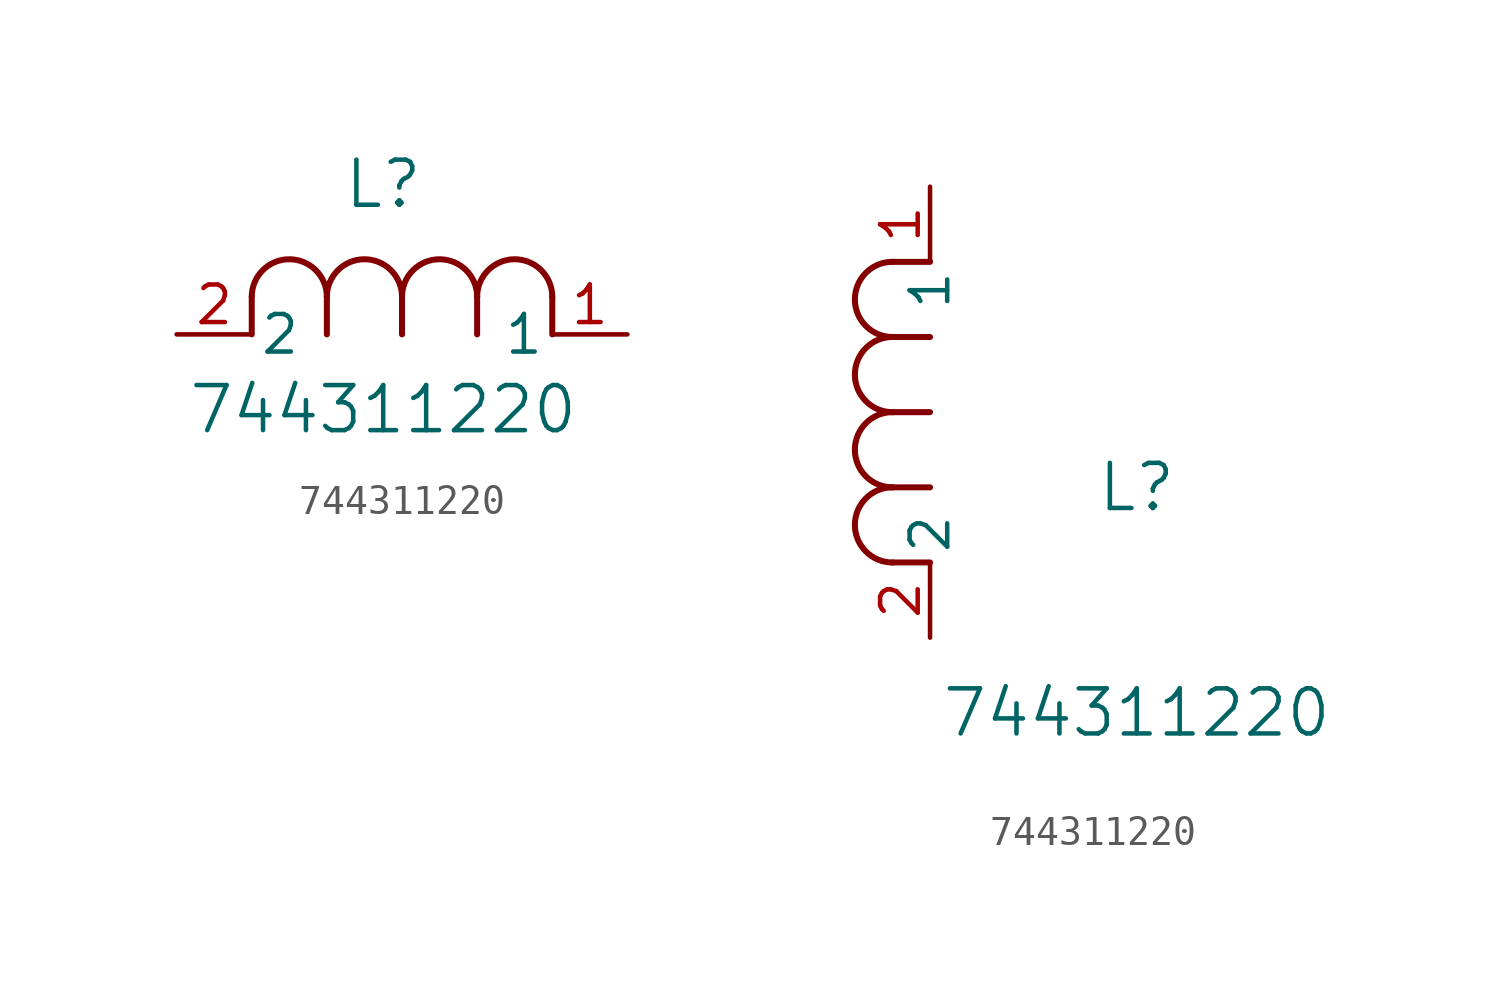
<source format=kicad_sym>
(kicad_symbol_lib
  (version 20211014)
  (generator kicad_symbol_editor)
  (symbol "744311220"
    (pin_names
      (offset 0.254))
    (property "Reference" "L"
      (at 6.985 5.08 0)
      (effects (font (size 1.524 1.524))))
    (property "Value" "744311220"
      (at 6.985 -2.54 0)
      (effects (font (size 1.524 1.524))))
    (symbol "744311220_1_1"
      (arc (start 7.62 1.27) (mid 6.35 2.54) (end 5.08 1.27) (stroke (width 0.2032) (type default) (color 0 0 0 0)) (fill (type none)))
      (polyline (pts (xy 5.08 0) (xy 5.08 1.27)) (stroke (width 0.203) (type default) (color 0 0 0 0)) (fill (type none)))
      (polyline (pts (xy 7.62 0) (xy 7.62 1.27)) (stroke (width 0.203) (type default) (color 0 0 0 0)) (fill (type none)))
      (polyline (pts (xy 12.7 0) (xy 12.7 1.27)) (stroke (width 0.203) (type default) (color 0 0 0 0)) (fill (type none)))
      (arc (start 5.08 1.27) (mid 3.81 2.54) (end 2.54 1.27) (stroke (width 0.2032) (type default) (color 0 0 0 0)) (fill (type none)))
      (arc (start 10.16 1.27) (mid 8.89 2.54) (end 7.62 1.27) (stroke (width 0.2032) (type default) (color 0 0 0 0)) (fill (type none)))
      (arc (start 12.7 1.27) (mid 11.43 2.54) (end 10.16 1.27) (stroke (width 0.2032) (type default) (color 0 0 0 0)) (fill (type none)))
      (polyline (pts (xy 2.54 0) (xy 2.54 1.27)) (stroke (width 0.203) (type default) (color 0 0 0 0)) (fill (type none)))
      (polyline (pts (xy 10.16 0) (xy 10.16 1.27)) (stroke (width 0.203) (type default) (color 0 0 0 0)) (fill (type none)))
      (pin unspecified line (at 0 0 0) (length 2.54) (name "2" (effects (font (size 1.27 1.27)))) (number "2" (effects (font (size 1.27 1.27)))))
      (pin unspecified line (at 15.24 0 180) (length 2.54) (name "1" (effects (font (size 1.27 1.27)))) (number "1" (effects (font (size 1.27 1.27))))))
    (symbol "744311220_1_2"
      (arc (start -1.27 7.62) (mid -2.54 6.35) (end -1.27 5.08) (stroke (width 0.2032) (type default) (color 0 0 0 0)) (fill (type none)))
      (arc (start -1.27 5.08) (mid -2.54 3.81) (end -1.27 2.54) (stroke (width 0.2032) (type default) (color 0 0 0 0)) (fill (type none)))
      (arc (start -1.27 12.7) (mid -2.54 11.43) (end -1.27 10.16) (stroke (width 0.2032) (type default) (color 0 0 0 0)) (fill (type none)))
      (arc (start -1.27 10.16) (mid -2.54 8.89) (end -1.27 7.62) (stroke (width 0.2032) (type default) (color 0 0 0 0)) (fill (type none)))
      (polyline (pts (xy 0 7.62) (xy -1.27 7.62)) (stroke (width 0.203) (type default) (color 0 0 0 0)) (fill (type none)))
      (polyline (pts (xy 0 5.08) (xy -1.27 5.08)) (stroke (width 0.203) (type default) (color 0 0 0 0)) (fill (type none)))
      (polyline (pts (xy 0 12.7) (xy -1.27 12.7)) (stroke (width 0.203) (type default) (color 0 0 0 0)) (fill (type none)))
      (polyline (pts (xy 0 2.54) (xy -1.27 2.54)) (stroke (width 0.203) (type default) (color 0 0 0 0)) (fill (type none)))
      (polyline (pts (xy 0 10.16) (xy -1.27 10.16)) (stroke (width 0.203) (type default) (color 0 0 0 0)) (fill (type none)))
      (pin unspecified line (at 0 0 90) (length 2.54) (name "2" (effects (font (size 1.27 1.27)))) (number "2" (effects (font (size 1.27 1.27)))))
      (pin unspecified line (at 0 15.24 270) (length 2.54) (name "1" (effects (font (size 1.27 1.27)))) (number "1" (effects (font (size 1.27 1.27))))))))
</source>
